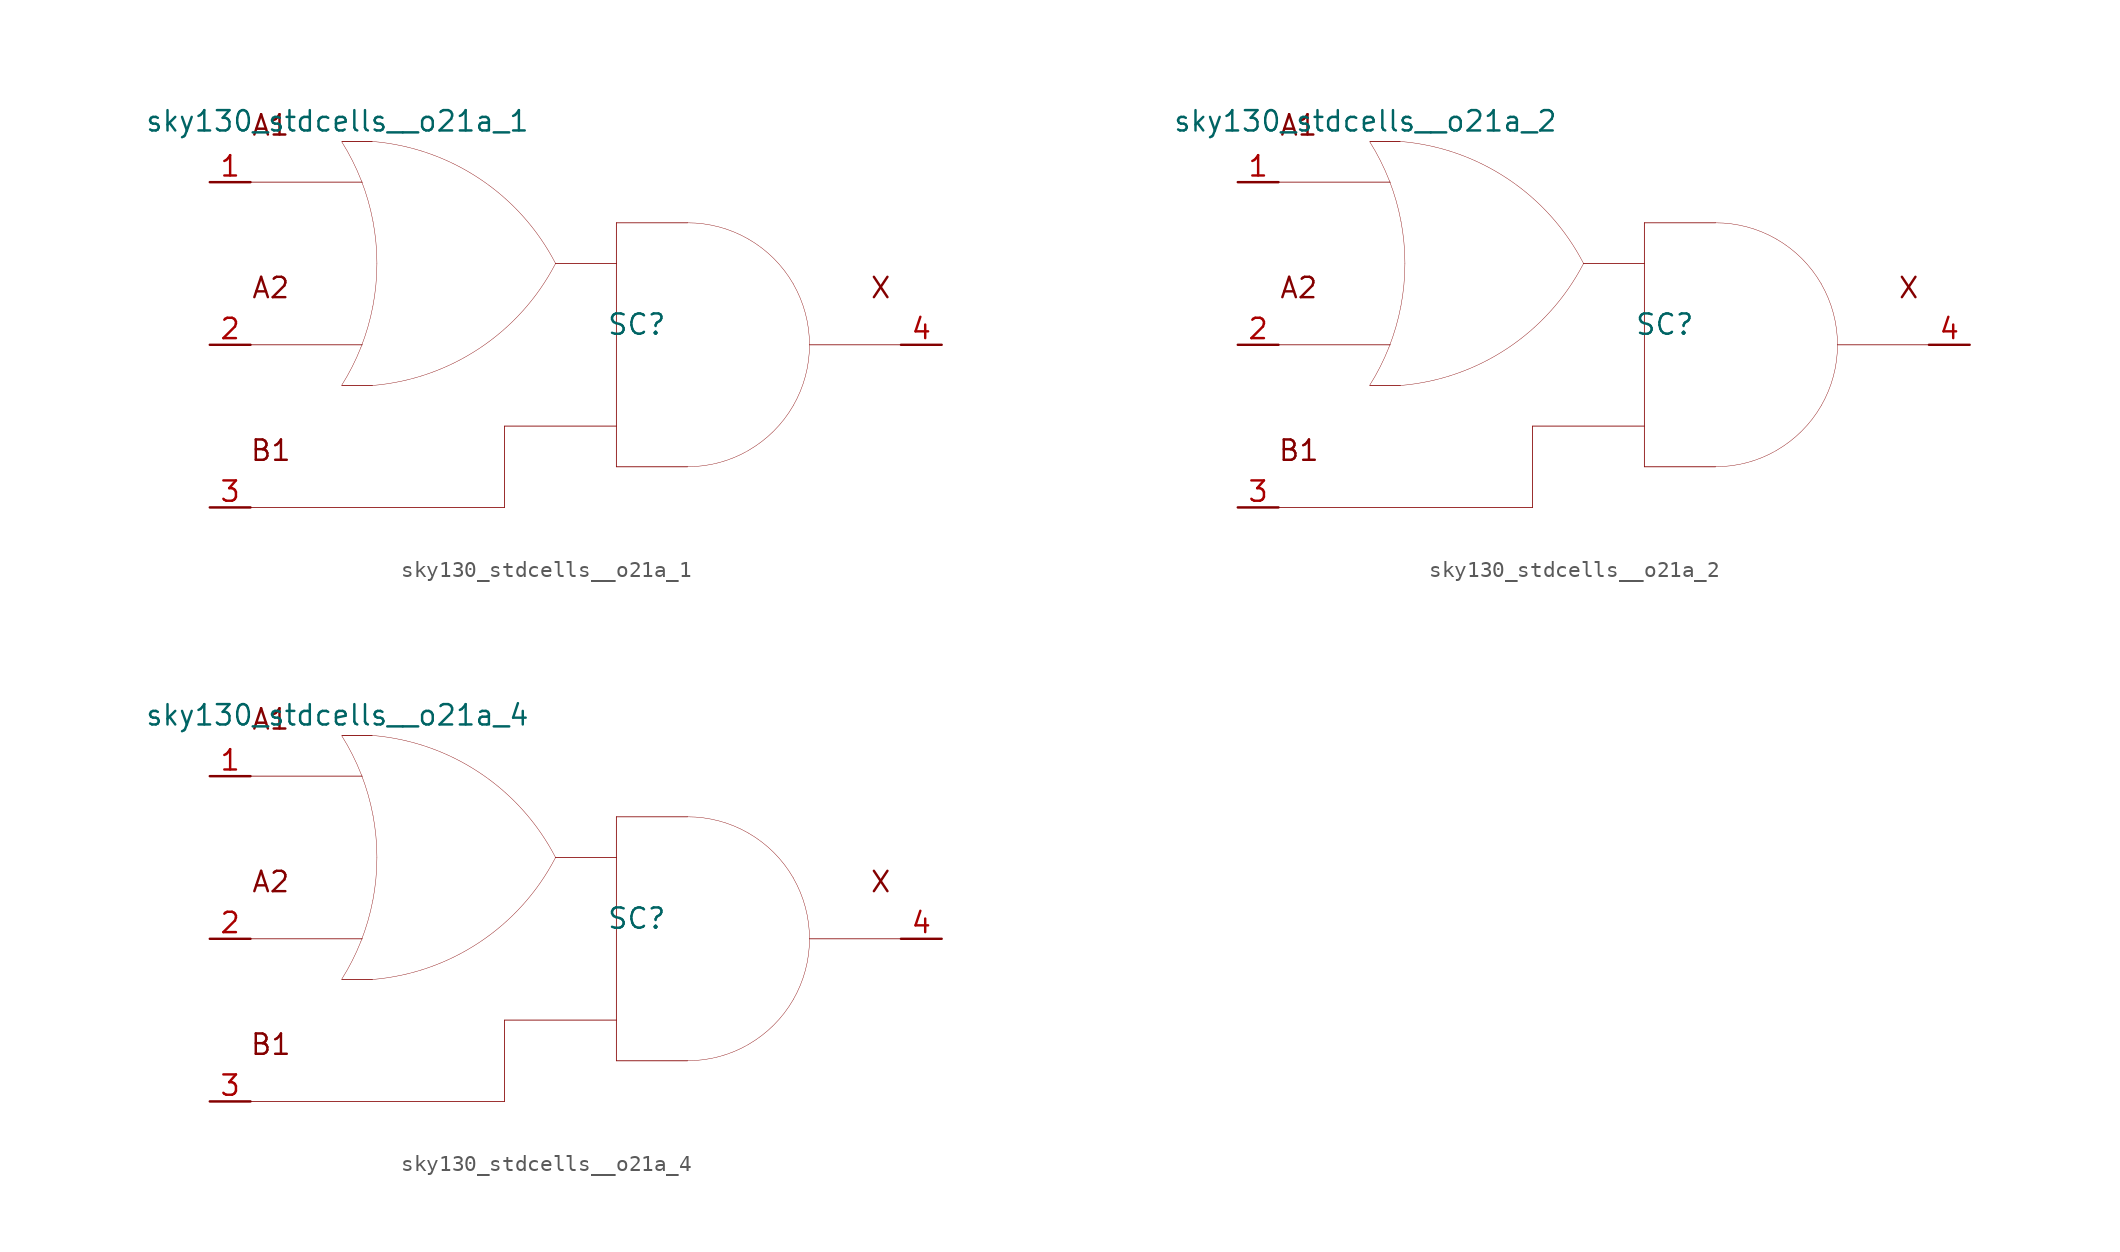
<source format=kicad_sym>
(kicad_symbol_lib
  (version 20211014)
  (generator kicad_symbol_editor)
  (symbol "sky130_stdcells__o21a_1"
    (pin_names hide)
    (property "Reference" "SC"
      (at 3.81 1.27 0)
      (effects (font (size 1.27 1.27))))
    (property "Value" "sky130_stdcells__o21a_1"
      (at -2.845 13.97 0)
      (effects (font (size 1.27 1.27)) (justify right)))
    (symbol "sky130_stdcells__o21a_1_0_0"
      (arc (start -14.6255 -2.5342) (mid -13.968 -1.378) (end -13.4212 -0.1656) (stroke (width 0.0254) (type default) (color 0 0 0 0)) (fill (type none)))
      (arc (start -13.4212 -0.1656) (mid -12.9863 1.1045) (end -12.673 2.4099) (stroke (width 0.0254) (type default) (color 0 0 0 0)) (fill (type none)))
      (arc (start -13.403 10.2793) (mid -13.9512 11.5048) (end -14.6123 12.6732) (stroke (width 0.0254) (type default) (color 0 0 0 0)) (fill (type none)))
      (arc (start -12.705 -2.5431) (mid -6.011 -0.2186) (end -1.2741 5.0516) (stroke (width 0.0254) (type default) (color 0 0 0 0)) (fill (type none)))
      (arc (start -12.673 2.4099) (mid -12.4838 3.739) (end -12.4206 5.08) (stroke (width 0.0254) (type default) (color 0 0 0 0)) (fill (type none)))
      (arc (start -12.6684 7.7256) (mid -12.9761 9.0196) (end -13.403 10.2793) (stroke (width 0.0254) (type default) (color 0 0 0 0)) (fill (type none)))
      (arc (start -12.4206 5.08) (mid -12.4827 6.4086) (end -12.6684 7.7256) (stroke (width 0.0254) (type default) (color 0 0 0 0)) (fill (type none)))
      (arc (start -1.2513 5.0644) (mid -5.9698 10.351) (end -12.6556 12.6989) (stroke (width 0.0254) (type default) (color 0 0 0 0)) (fill (type none)))
      (polyline (pts (xy -20.32 -10.16) (xy -4.445 -10.16)) (stroke (width 0.051) (type default) (color 0 0 0 0)) (fill (type none)))
      (polyline (pts (xy -20.32 0) (xy -13.335 0)) (stroke (width 0.051) (type default) (color 0 0 0 0)) (fill (type none)))
      (polyline (pts (xy -20.32 10.16) (xy -13.335 10.16)) (stroke (width 0.051) (type default) (color 0 0 0 0)) (fill (type none)))
      (polyline (pts (xy -14.605 -2.54) (xy -12.7 -2.54)) (stroke (width 0.051) (type default) (color 0 0 0 0)) (fill (type none)))
      (polyline (pts (xy -14.605 12.7) (xy -12.7 12.7)) (stroke (width 0.051) (type default) (color 0 0 0 0)) (fill (type none)))
      (polyline (pts (xy -4.445 -5.08) (xy -4.445 -10.16)) (stroke (width 0.051) (type default) (color 0 0 0 0)) (fill (type none)))
      (polyline (pts (xy -4.445 -5.08) (xy 2.54 -5.08)) (stroke (width 0.051) (type default) (color 0 0 0 0)) (fill (type none)))
      (polyline (pts (xy -1.27 5.08) (xy 2.54 5.08)) (stroke (width 0.051) (type default) (color 0 0 0 0)) (fill (type none)))
      (polyline (pts (xy 2.54 -7.62) (xy 6.985 -7.62)) (stroke (width 0.051) (type default) (color 0 0 0 0)) (fill (type none)))
      (polyline (pts (xy 2.54 7.62) (xy 2.54 -7.62)) (stroke (width 0.051) (type default) (color 0 0 0 0)) (fill (type none)))
      (polyline (pts (xy 2.54 7.62) (xy 6.985 7.62)) (stroke (width 0.051) (type default) (color 0 0 0 0)) (fill (type none)))
      (polyline (pts (xy 14.605 0) (xy 20.32 0)) (stroke (width 0.051) (type default) (color 0 0 0 0)) (fill (type none)))
      (arc (start 6.985 -7.62) (mid 8.9572 -7.3604) (end 10.795 -6.5991) (stroke (width 0.0254) (type default) (color 0 0 0 0)) (fill (type none)))
      (arc (start 10.795 -6.5991) (mid 12.3731 -5.3881) (end 13.5841 -3.81) (stroke (width 0.0254) (type default) (color 0 0 0 0)) (fill (type none)))
      (arc (start 10.795 6.5991) (mid 8.9572 7.3603) (end 6.985 7.62) (stroke (width 0.0254) (type default) (color 0 0 0 0)) (fill (type none)))
      (arc (start 13.5841 -3.81) (mid 14.3453 -1.9722) (end 14.605 0) (stroke (width 0.0254) (type default) (color 0 0 0 0)) (fill (type none)))
      (arc (start 13.5841 3.81) (mid 12.3731 5.3881) (end 10.795 6.5991) (stroke (width 0.0254) (type default) (color 0 0 0 0)) (fill (type none)))
      (arc (start 14.605 0) (mid 14.3454 1.9722) (end 13.5841 3.81) (stroke (width 0.0254) (type default) (color 0 0 0 0)) (fill (type none)))
      (text "A1" (at -19.05 13.716 0) (effects (font (size 1.27 1.27))))
      (text "A2" (at -19.05 3.556 0) (effects (font (size 1.27 1.27))))
      (text "B1" (at -19.05 -6.604 0) (effects (font (size 1.27 1.27))))
      (text "X" (at 19.05 3.556 0) (effects (font (size 1.27 1.27)))))
    (symbol "sky130_stdcells__o21a_1_1_1"
      (pin input line (at -22.86 10.16 0) (length 2.54) (name "A1" (effects (font (size 1.092 1.092)))) (number "1" (effects (font (size 1.27 1.27)))))
      (pin input line (at -22.86 0 0) (length 2.54) (name "A2" (effects (font (size 1.092 1.092)))) (number "2" (effects (font (size 1.27 1.27)))))
      (pin input line (at -22.86 -10.16 0) (length 2.54) (name "B1" (effects (font (size 1.092 1.092)))) (number "3" (effects (font (size 1.27 1.27)))))
      (pin output line (at 22.86 0 180) (length 2.54) (name "X" (effects (font (size 1.092 1.092)))) (number "4" (effects (font (size 1.27 1.27)))))))
  (symbol "sky130_stdcells__o21a_2"
    (pin_names hide)
    (property "Reference" "SC"
      (at 3.81 1.27 0)
      (effects (font (size 1.27 1.27))))
    (property "Value" "sky130_stdcells__o21a_2"
      (at -2.845 13.97 0)
      (effects (font (size 1.27 1.27)) (justify right)))
    (symbol "sky130_stdcells__o21a_2_0_0"
      (arc (start -14.6255 -2.5342) (mid -13.968 -1.378) (end -13.4212 -0.1656) (stroke (width 0.0254) (type default) (color 0 0 0 0)) (fill (type none)))
      (arc (start -13.4212 -0.1656) (mid -12.9863 1.1045) (end -12.673 2.4099) (stroke (width 0.0254) (type default) (color 0 0 0 0)) (fill (type none)))
      (arc (start -13.403 10.2793) (mid -13.9512 11.5048) (end -14.6123 12.6732) (stroke (width 0.0254) (type default) (color 0 0 0 0)) (fill (type none)))
      (arc (start -12.705 -2.5431) (mid -6.011 -0.2186) (end -1.2741 5.0516) (stroke (width 0.0254) (type default) (color 0 0 0 0)) (fill (type none)))
      (arc (start -12.673 2.4099) (mid -12.4838 3.739) (end -12.4206 5.08) (stroke (width 0.0254) (type default) (color 0 0 0 0)) (fill (type none)))
      (arc (start -12.6684 7.7256) (mid -12.9761 9.0196) (end -13.403 10.2793) (stroke (width 0.0254) (type default) (color 0 0 0 0)) (fill (type none)))
      (arc (start -12.4206 5.08) (mid -12.4827 6.4086) (end -12.6684 7.7256) (stroke (width 0.0254) (type default) (color 0 0 0 0)) (fill (type none)))
      (arc (start -1.2513 5.0644) (mid -5.9698 10.351) (end -12.6556 12.6989) (stroke (width 0.0254) (type default) (color 0 0 0 0)) (fill (type none)))
      (polyline (pts (xy -20.32 -10.16) (xy -4.445 -10.16)) (stroke (width 0.051) (type default) (color 0 0 0 0)) (fill (type none)))
      (polyline (pts (xy -20.32 0) (xy -13.335 0)) (stroke (width 0.051) (type default) (color 0 0 0 0)) (fill (type none)))
      (polyline (pts (xy -20.32 10.16) (xy -13.335 10.16)) (stroke (width 0.051) (type default) (color 0 0 0 0)) (fill (type none)))
      (polyline (pts (xy -14.605 -2.54) (xy -12.7 -2.54)) (stroke (width 0.051) (type default) (color 0 0 0 0)) (fill (type none)))
      (polyline (pts (xy -14.605 12.7) (xy -12.7 12.7)) (stroke (width 0.051) (type default) (color 0 0 0 0)) (fill (type none)))
      (polyline (pts (xy -4.445 -5.08) (xy -4.445 -10.16)) (stroke (width 0.051) (type default) (color 0 0 0 0)) (fill (type none)))
      (polyline (pts (xy -4.445 -5.08) (xy 2.54 -5.08)) (stroke (width 0.051) (type default) (color 0 0 0 0)) (fill (type none)))
      (polyline (pts (xy -1.27 5.08) (xy 2.54 5.08)) (stroke (width 0.051) (type default) (color 0 0 0 0)) (fill (type none)))
      (polyline (pts (xy 2.54 -7.62) (xy 6.985 -7.62)) (stroke (width 0.051) (type default) (color 0 0 0 0)) (fill (type none)))
      (polyline (pts (xy 2.54 7.62) (xy 2.54 -7.62)) (stroke (width 0.051) (type default) (color 0 0 0 0)) (fill (type none)))
      (polyline (pts (xy 2.54 7.62) (xy 6.985 7.62)) (stroke (width 0.051) (type default) (color 0 0 0 0)) (fill (type none)))
      (polyline (pts (xy 14.605 0) (xy 20.32 0)) (stroke (width 0.051) (type default) (color 0 0 0 0)) (fill (type none)))
      (arc (start 6.985 -7.62) (mid 8.9572 -7.3604) (end 10.795 -6.5991) (stroke (width 0.0254) (type default) (color 0 0 0 0)) (fill (type none)))
      (arc (start 10.795 -6.5991) (mid 12.3731 -5.3881) (end 13.5841 -3.81) (stroke (width 0.0254) (type default) (color 0 0 0 0)) (fill (type none)))
      (arc (start 10.795 6.5991) (mid 8.9572 7.3603) (end 6.985 7.62) (stroke (width 0.0254) (type default) (color 0 0 0 0)) (fill (type none)))
      (arc (start 13.5841 -3.81) (mid 14.3453 -1.9722) (end 14.605 0) (stroke (width 0.0254) (type default) (color 0 0 0 0)) (fill (type none)))
      (arc (start 13.5841 3.81) (mid 12.3731 5.3881) (end 10.795 6.5991) (stroke (width 0.0254) (type default) (color 0 0 0 0)) (fill (type none)))
      (arc (start 14.605 0) (mid 14.3454 1.9722) (end 13.5841 3.81) (stroke (width 0.0254) (type default) (color 0 0 0 0)) (fill (type none)))
      (text "A1" (at -19.05 13.716 0) (effects (font (size 1.27 1.27))))
      (text "A2" (at -19.05 3.556 0) (effects (font (size 1.27 1.27))))
      (text "B1" (at -19.05 -6.604 0) (effects (font (size 1.27 1.27))))
      (text "X" (at 19.05 3.556 0) (effects (font (size 1.27 1.27)))))
    (symbol "sky130_stdcells__o21a_2_1_1"
      (pin input line (at -22.86 10.16 0) (length 2.54) (name "A1" (effects (font (size 1.092 1.092)))) (number "1" (effects (font (size 1.27 1.27)))))
      (pin input line (at -22.86 0 0) (length 2.54) (name "A2" (effects (font (size 1.092 1.092)))) (number "2" (effects (font (size 1.27 1.27)))))
      (pin input line (at -22.86 -10.16 0) (length 2.54) (name "B1" (effects (font (size 1.092 1.092)))) (number "3" (effects (font (size 1.27 1.27)))))
      (pin output line (at 22.86 0 180) (length 2.54) (name "X" (effects (font (size 1.092 1.092)))) (number "4" (effects (font (size 1.27 1.27)))))))
  (symbol "sky130_stdcells__o21a_4"
    (pin_names hide)
    (property "Reference" "SC"
      (at 3.81 1.27 0)
      (effects (font (size 1.27 1.27))))
    (property "Value" "sky130_stdcells__o21a_4"
      (at -2.845 13.97 0)
      (effects (font (size 1.27 1.27)) (justify right)))
    (symbol "sky130_stdcells__o21a_4_0_0"
      (arc (start -14.6255 -2.5342) (mid -13.968 -1.378) (end -13.4212 -0.1656) (stroke (width 0.0254) (type default) (color 0 0 0 0)) (fill (type none)))
      (arc (start -13.4212 -0.1656) (mid -12.9863 1.1045) (end -12.673 2.4099) (stroke (width 0.0254) (type default) (color 0 0 0 0)) (fill (type none)))
      (arc (start -13.403 10.2793) (mid -13.9512 11.5048) (end -14.6123 12.6732) (stroke (width 0.0254) (type default) (color 0 0 0 0)) (fill (type none)))
      (arc (start -12.705 -2.5431) (mid -6.011 -0.2186) (end -1.2741 5.0516) (stroke (width 0.0254) (type default) (color 0 0 0 0)) (fill (type none)))
      (arc (start -12.673 2.4099) (mid -12.4838 3.739) (end -12.4206 5.08) (stroke (width 0.0254) (type default) (color 0 0 0 0)) (fill (type none)))
      (arc (start -12.6684 7.7256) (mid -12.9761 9.0196) (end -13.403 10.2793) (stroke (width 0.0254) (type default) (color 0 0 0 0)) (fill (type none)))
      (arc (start -12.4206 5.08) (mid -12.4827 6.4086) (end -12.6684 7.7256) (stroke (width 0.0254) (type default) (color 0 0 0 0)) (fill (type none)))
      (arc (start -1.2513 5.0644) (mid -5.9698 10.351) (end -12.6556 12.6989) (stroke (width 0.0254) (type default) (color 0 0 0 0)) (fill (type none)))
      (polyline (pts (xy -20.32 -10.16) (xy -4.445 -10.16)) (stroke (width 0.051) (type default) (color 0 0 0 0)) (fill (type none)))
      (polyline (pts (xy -20.32 0) (xy -13.335 0)) (stroke (width 0.051) (type default) (color 0 0 0 0)) (fill (type none)))
      (polyline (pts (xy -20.32 10.16) (xy -13.335 10.16)) (stroke (width 0.051) (type default) (color 0 0 0 0)) (fill (type none)))
      (polyline (pts (xy -14.605 -2.54) (xy -12.7 -2.54)) (stroke (width 0.051) (type default) (color 0 0 0 0)) (fill (type none)))
      (polyline (pts (xy -14.605 12.7) (xy -12.7 12.7)) (stroke (width 0.051) (type default) (color 0 0 0 0)) (fill (type none)))
      (polyline (pts (xy -4.445 -5.08) (xy -4.445 -10.16)) (stroke (width 0.051) (type default) (color 0 0 0 0)) (fill (type none)))
      (polyline (pts (xy -4.445 -5.08) (xy 2.54 -5.08)) (stroke (width 0.051) (type default) (color 0 0 0 0)) (fill (type none)))
      (polyline (pts (xy -1.27 5.08) (xy 2.54 5.08)) (stroke (width 0.051) (type default) (color 0 0 0 0)) (fill (type none)))
      (polyline (pts (xy 2.54 -7.62) (xy 6.985 -7.62)) (stroke (width 0.051) (type default) (color 0 0 0 0)) (fill (type none)))
      (polyline (pts (xy 2.54 7.62) (xy 2.54 -7.62)) (stroke (width 0.051) (type default) (color 0 0 0 0)) (fill (type none)))
      (polyline (pts (xy 2.54 7.62) (xy 6.985 7.62)) (stroke (width 0.051) (type default) (color 0 0 0 0)) (fill (type none)))
      (polyline (pts (xy 14.605 0) (xy 20.32 0)) (stroke (width 0.051) (type default) (color 0 0 0 0)) (fill (type none)))
      (arc (start 6.985 -7.62) (mid 8.9572 -7.3604) (end 10.795 -6.5991) (stroke (width 0.0254) (type default) (color 0 0 0 0)) (fill (type none)))
      (arc (start 10.795 -6.5991) (mid 12.3731 -5.3881) (end 13.5841 -3.81) (stroke (width 0.0254) (type default) (color 0 0 0 0)) (fill (type none)))
      (arc (start 10.795 6.5991) (mid 8.9572 7.3603) (end 6.985 7.62) (stroke (width 0.0254) (type default) (color 0 0 0 0)) (fill (type none)))
      (arc (start 13.5841 -3.81) (mid 14.3453 -1.9722) (end 14.605 0) (stroke (width 0.0254) (type default) (color 0 0 0 0)) (fill (type none)))
      (arc (start 13.5841 3.81) (mid 12.3731 5.3881) (end 10.795 6.5991) (stroke (width 0.0254) (type default) (color 0 0 0 0)) (fill (type none)))
      (arc (start 14.605 0) (mid 14.3454 1.9722) (end 13.5841 3.81) (stroke (width 0.0254) (type default) (color 0 0 0 0)) (fill (type none)))
      (text "A1" (at -19.05 13.716 0) (effects (font (size 1.27 1.27))))
      (text "A2" (at -19.05 3.556 0) (effects (font (size 1.27 1.27))))
      (text "B1" (at -19.05 -6.604 0) (effects (font (size 1.27 1.27))))
      (text "X" (at 19.05 3.556 0) (effects (font (size 1.27 1.27)))))
    (symbol "sky130_stdcells__o21a_4_1_1"
      (pin input line (at -22.86 10.16 0) (length 2.54) (name "A1" (effects (font (size 1.092 1.092)))) (number "1" (effects (font (size 1.27 1.27)))))
      (pin input line (at -22.86 0 0) (length 2.54) (name "A2" (effects (font (size 1.092 1.092)))) (number "2" (effects (font (size 1.27 1.27)))))
      (pin input line (at -22.86 -10.16 0) (length 2.54) (name "B1" (effects (font (size 1.092 1.092)))) (number "3" (effects (font (size 1.27 1.27)))))
      (pin output line (at 22.86 0 180) (length 2.54) (name "X" (effects (font (size 1.092 1.092)))) (number "4" (effects (font (size 1.27 1.27))))))))
</source>
